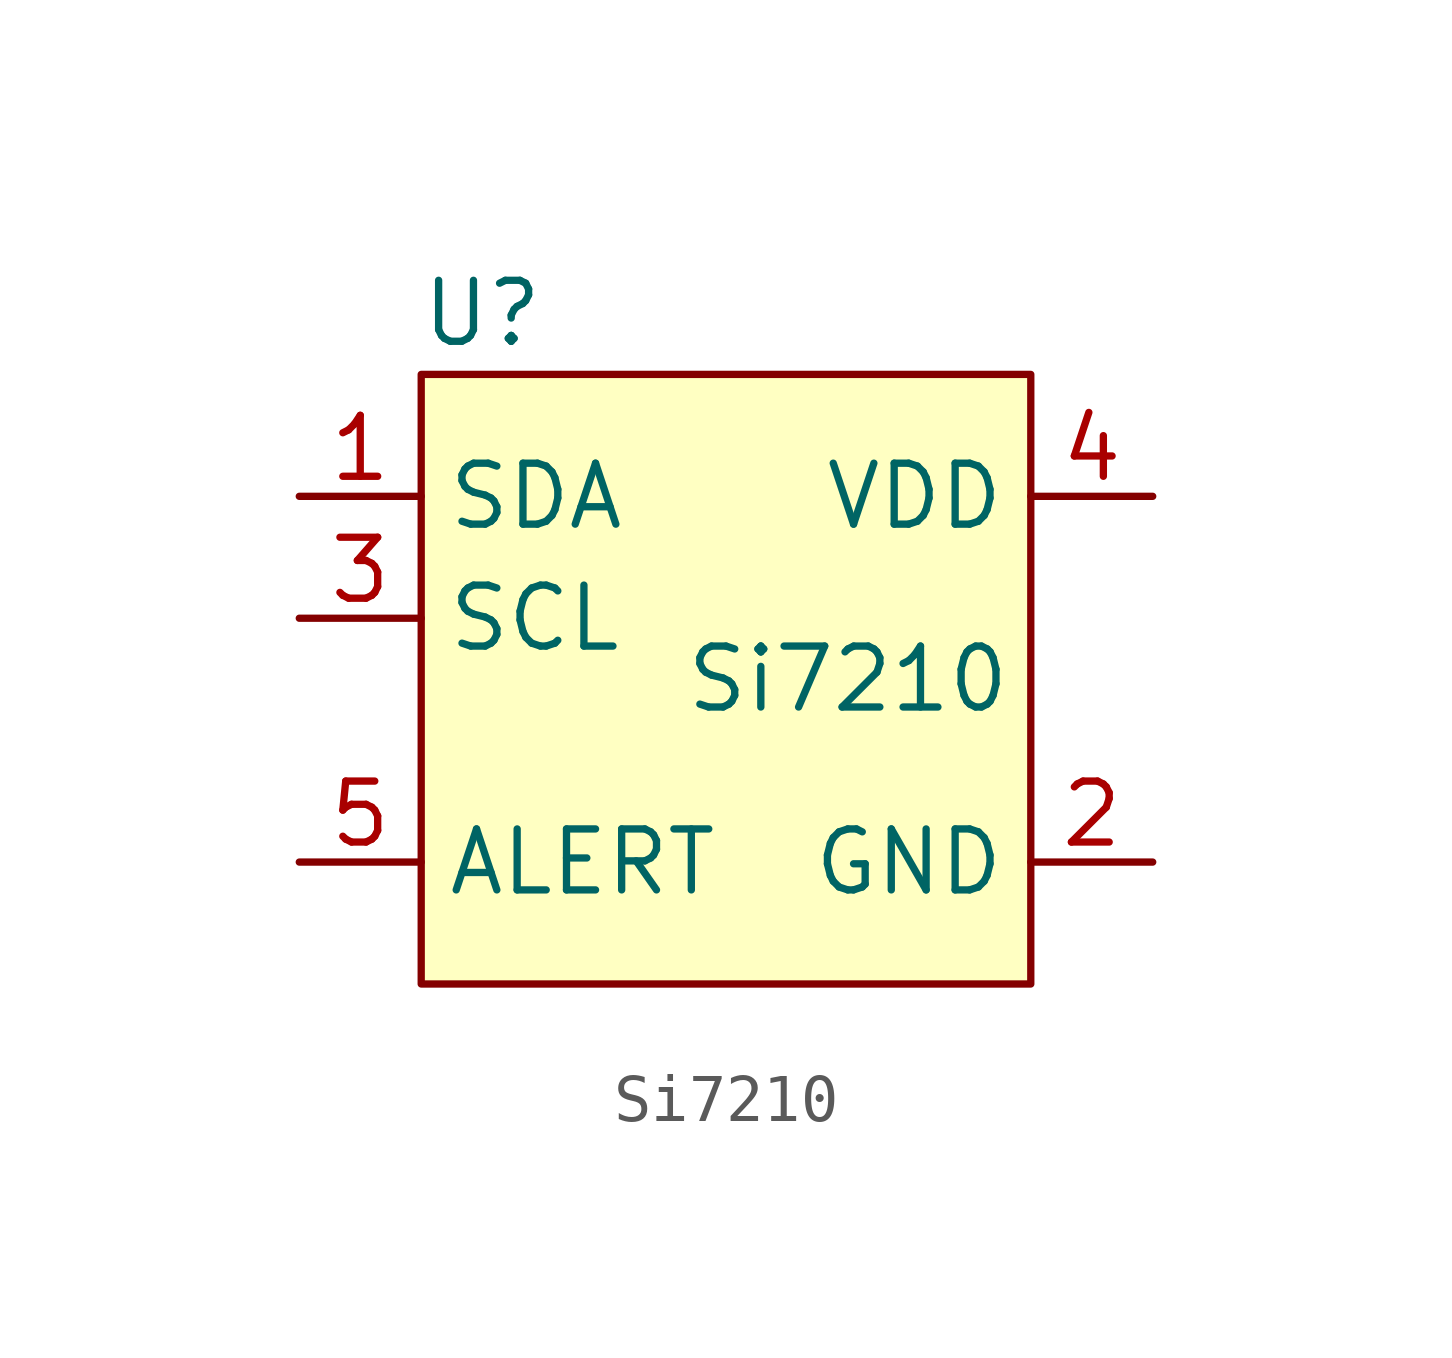
<source format=kicad_sym>
(kicad_symbol_lib
  (version 20211014)
  (generator kicad_symbol_editor)
  (symbol "Si7210"
    (property "Reference" "U"
      (at -5.08 7.62 0)
      (effects (font (size 1.27 1.27))))
    (property "Value" "Si7210"
      (at 2.54 0 0)
      (effects (font (size 1.27 1.27))))
    (symbol "Si7210_0_1"
      (rectangle (start -6.35 6.35) (end 6.35 -6.35) (stroke (width 0.152) (type default) (color 0 0 0 0)) (fill (type background))))
    (symbol "Si7210_1_1"
      (pin open_collector line (at -8.89 3.81 0) (length 2.54) (name "SDA" (effects (font (size 1.27 1.27)))) (number "1" (effects (font (size 1.27 1.27)))))
      (pin power_in line (at 8.89 -3.81 180) (length 2.54) (name "GND" (effects (font (size 1.27 1.27)))) (number "2" (effects (font (size 1.27 1.27)))))
      (pin open_collector line (at -8.89 1.27 0) (length 2.54) (name "SCL" (effects (font (size 1.27 1.27)))) (number "3" (effects (font (size 1.27 1.27)))))
      (pin power_in line (at 8.89 3.81 180) (length 2.54) (name "VDD" (effects (font (size 1.27 1.27)))) (number "4" (effects (font (size 1.27 1.27)))))
      (pin open_collector line (at -8.89 -3.81 0) (length 2.54) (name "ALERT" (effects (font (size 1.27 1.27)))) (number "5" (effects (font (size 1.27 1.27))))))))
</source>
